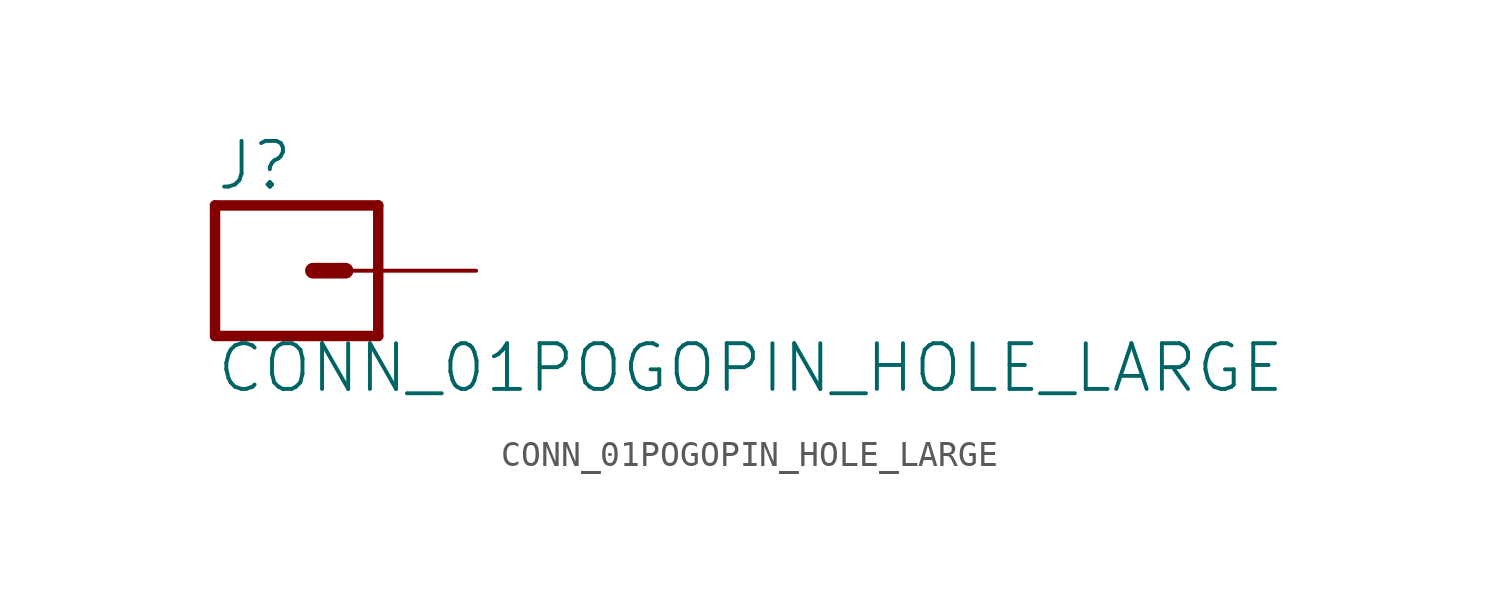
<source format=kicad_sym>
(kicad_symbol_lib
  (version 20220331)
  (generator kicad_symbol_editor)
  (symbol "CONN_01POGOPIN_HOLE_LARGE"
    (property "Reference" "J"
      (at -2.54 3.048 0)
      (effects (font (size 1.778 1.778)) (justify left bottom)))
    (property "Value" "CONN_01POGOPIN_HOLE_LARGE"
      (at -2.54 -4.826 0)
      (effects (font (size 1.778 1.778)) (justify left bottom)))
    (property "ki_locked" ""
      (at 0 0 0)
      (effects (font (size 1.27 1.27))))
    (symbol "CONN_01POGOPIN_HOLE_LARGE_1_0"
      (polyline (pts (xy -2.54 2.54) (xy -2.54 -2.54)) (stroke (width 0.406) (type solid)) (fill (type none)))
      (polyline (pts (xy -2.54 2.54) (xy 3.81 2.54)) (stroke (width 0.406) (type solid)) (fill (type none)))
      (polyline (pts (xy 1.27 0) (xy 2.54 0)) (stroke (width 0.61) (type solid)) (fill (type none)))
      (polyline (pts (xy 3.81 -2.54) (xy -2.54 -2.54)) (stroke (width 0.406) (type solid)) (fill (type none)))
      (polyline (pts (xy 3.81 -2.54) (xy 3.81 2.54)) (stroke (width 0.406) (type solid)) (fill (type none)))
      (pin passive line (at 7.62 0 180) (length 5.08) (name "1" (effects (font (size 0 0)))) (number "1" (effects (font (size 0 0))))))))
</source>
